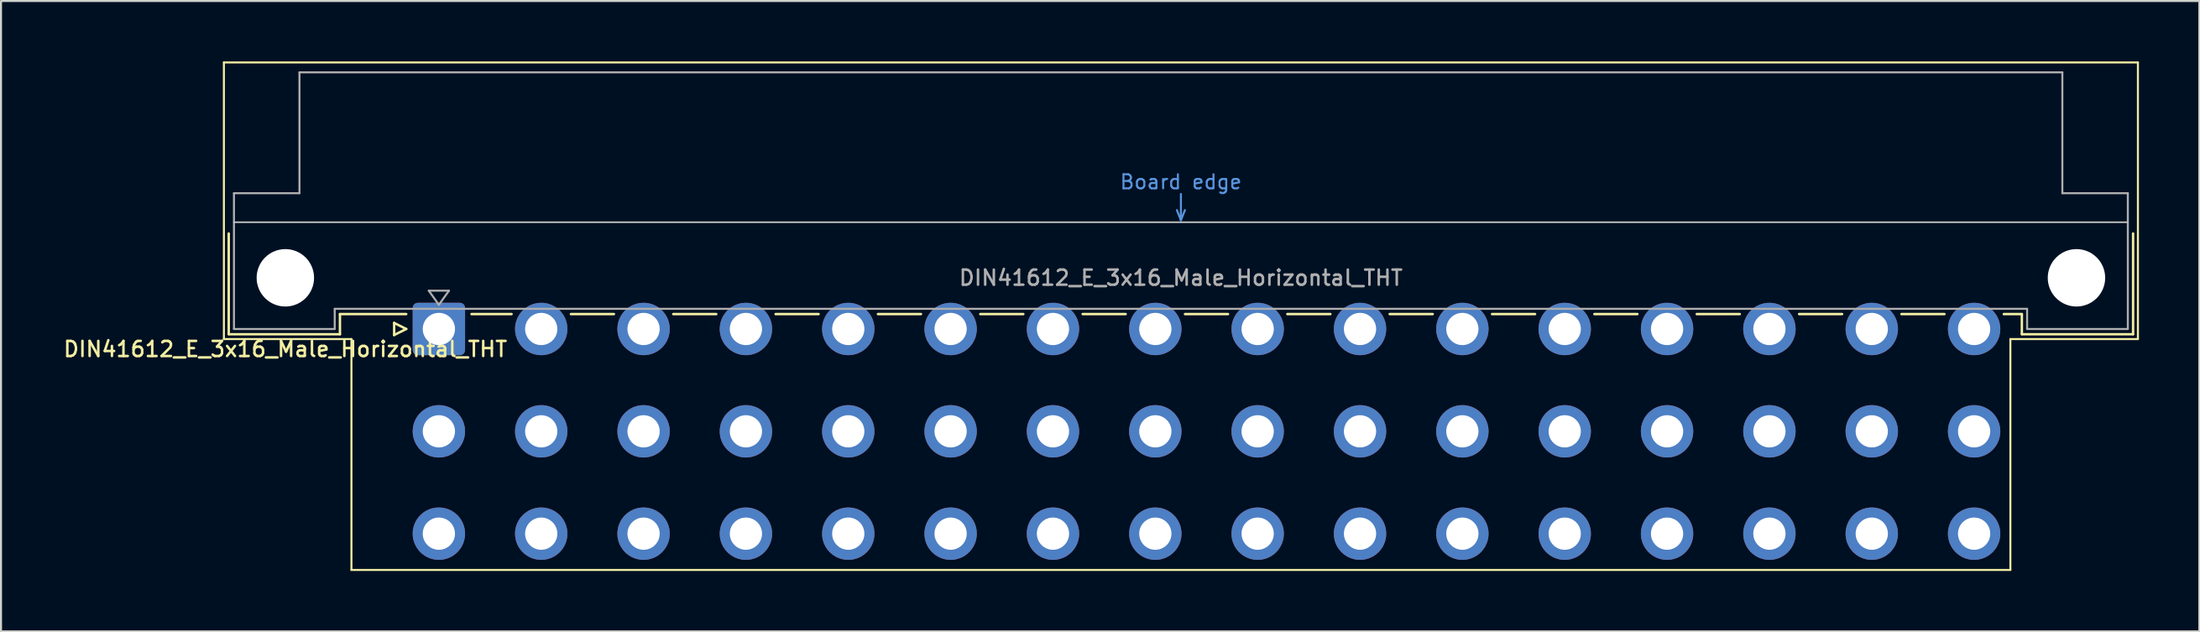
<source format=kicad_pcb>
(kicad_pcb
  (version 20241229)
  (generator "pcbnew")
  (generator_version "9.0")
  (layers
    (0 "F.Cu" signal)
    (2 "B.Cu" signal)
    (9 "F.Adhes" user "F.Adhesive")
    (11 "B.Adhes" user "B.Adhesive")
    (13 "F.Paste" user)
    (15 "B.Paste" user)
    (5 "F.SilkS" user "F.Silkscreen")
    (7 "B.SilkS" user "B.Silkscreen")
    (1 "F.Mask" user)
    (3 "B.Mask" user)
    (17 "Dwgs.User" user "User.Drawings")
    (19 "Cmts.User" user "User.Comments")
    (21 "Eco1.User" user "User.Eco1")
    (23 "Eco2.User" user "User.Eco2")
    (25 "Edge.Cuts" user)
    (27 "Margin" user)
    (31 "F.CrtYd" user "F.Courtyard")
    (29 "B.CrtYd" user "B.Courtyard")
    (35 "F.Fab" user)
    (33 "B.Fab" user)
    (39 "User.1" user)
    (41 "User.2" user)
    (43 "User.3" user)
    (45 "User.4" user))
  (footprint "DIN41612_E_3x16_Male_Horizontal_THT"
    (layer "F.Cu")
    (at 16.193 13.28)
    (property "Reference" "DIN41612_E_3x16_Male_Horizontal_THT" (at -5.08 1 0) (layer "F.SilkS") (effects (font (size 0.75 0.75) (thickness 0.125))))
    (attr through_hole)
    (fp_line (start -8.13 -13.23) (end -8.13 0.5) (stroke (width 0.1) (type solid)) (layer "F.SilkS"))
    (fp_line (start -8.13 0.5) (end -1.8 0.5) (stroke (width 0.1) (type solid)) (layer "F.SilkS"))
    (fp_line (start -7.89 -4.74) (end -7.89 0.26) (stroke (width 0.12) (type solid)) (layer "F.SilkS"))
    (fp_line (start -7.89 0.26) (end -2.37 0.26) (stroke (width 0.12) (type solid)) (layer "F.SilkS"))
    (fp_line (start -2.371 -0.74) (end 0.92 -0.74) (stroke (width 0.12) (type solid)) (layer "F.SilkS"))
    (fp_line (start -2.37 0.26) (end -2.37 -0.74) (stroke (width 0.12) (type solid)) (layer "F.SilkS"))
    (fp_line (start -1.8 0.5) (end -1.8 11.96) (stroke (width 0.1) (type solid)) (layer "F.SilkS"))
    (fp_line (start -1.8 11.96) (end 80.54 11.96) (stroke (width 0.1) (type solid)) (layer "F.SilkS"))
    (fp_line (start 0.32 -0.3) (end 0.32 0.3) (stroke (width 0.12) (type solid)) (layer "F.SilkS"))
    (fp_line (start 0.32 0.3) (end 0.92 0) (stroke (width 0.12) (type solid)) (layer "F.SilkS"))
    (fp_line (start 0.92 0) (end 0.32 -0.3) (stroke (width 0.12) (type solid)) (layer "F.SilkS"))
    (fp_line (start 4.16 -0.74) (end 6.149 -0.74) (stroke (width 0.12) (type solid)) (layer "F.SilkS"))
    (fp_line (start 9.092 -0.74) (end 11.229 -0.74) (stroke (width 0.12) (type solid)) (layer "F.SilkS"))
    (fp_line (start 14.172 -0.74) (end 16.309 -0.74) (stroke (width 0.12) (type solid)) (layer "F.SilkS"))
    (fp_line (start 19.252 -0.74) (end 21.389 -0.74) (stroke (width 0.12) (type solid)) (layer "F.SilkS"))
    (fp_line (start 24.332 -0.74) (end 26.469 -0.74) (stroke (width 0.12) (type solid)) (layer "F.SilkS"))
    (fp_line (start 29.412 -0.74) (end 31.549 -0.74) (stroke (width 0.12) (type solid)) (layer "F.SilkS"))
    (fp_line (start 34.492 -0.74) (end 36.629 -0.74) (stroke (width 0.12) (type solid)) (layer "F.SilkS"))
    (fp_line (start 39.572 -0.74) (end 41.709 -0.74) (stroke (width 0.12) (type solid)) (layer "F.SilkS"))
    (fp_line (start 44.652 -0.74) (end 46.789 -0.74) (stroke (width 0.12) (type solid)) (layer "F.SilkS"))
    (fp_line (start 49.732 -0.74) (end 51.869 -0.74) (stroke (width 0.12) (type solid)) (layer "F.SilkS"))
    (fp_line (start 54.812 -0.74) (end 56.949 -0.74) (stroke (width 0.12) (type solid)) (layer "F.SilkS"))
    (fp_line (start 59.892 -0.74) (end 62.029 -0.74) (stroke (width 0.12) (type solid)) (layer "F.SilkS"))
    (fp_line (start 64.972 -0.74) (end 67.109 -0.74) (stroke (width 0.12) (type solid)) (layer "F.SilkS"))
    (fp_line (start 70.052 -0.74) (end 72.189 -0.74) (stroke (width 0.12) (type solid)) (layer "F.SilkS"))
    (fp_line (start 75.132 -0.74) (end 77.269 -0.74) (stroke (width 0.12) (type solid)) (layer "F.SilkS"))
    (fp_line (start 80.212 -0.74) (end 81.11 -0.74) (stroke (width 0.12) (type solid)) (layer "F.SilkS"))
    (fp_line (start 80.54 0.5) (end 86.87 0.5) (stroke (width 0.1) (type solid)) (layer "F.SilkS"))
    (fp_line (start 80.54 11.96) (end 80.54 0.5) (stroke (width 0.1) (type solid)) (layer "F.SilkS"))
    (fp_line (start 81.11 0.26) (end 81.11 -0.74) (stroke (width 0.12) (type solid)) (layer "F.SilkS"))
    (fp_line (start 86.63 -4.74) (end 86.63 0.26) (stroke (width 0.12) (type solid)) (layer "F.SilkS"))
    (fp_line (start 86.63 0.26) (end 81.11 0.26) (stroke (width 0.12) (type solid)) (layer "F.SilkS"))
    (fp_line (start 86.87 -13.23) (end -8.13 -13.23) (stroke (width 0.1) (type solid)) (layer "F.SilkS"))
    (fp_line (start 86.87 0.5) (end 86.87 -13.23) (stroke (width 0.1) (type solid)) (layer "F.SilkS"))
    (fp_line (start -7.63 -5.3) (end 86.37 -5.3) (stroke (width 0.08) (type solid)) (layer "Dwgs.User"))
    (fp_line (start 39.17 -5.9) (end 39.37 -5.4) (stroke (width 0.1) (type solid)) (layer "Cmts.User"))
    (fp_line (start 39.37 -5.4) (end 39.37 -6.7) (stroke (width 0.1) (type solid)) (layer "Cmts.User"))
    (fp_line (start 39.37 -5.4) (end 39.57 -5.9) (stroke (width 0.1) (type solid)) (layer "Cmts.User"))
    (fp_line (start -7.63 -6.74) (end -7.63 0) (stroke (width 0.1) (type solid)) (layer "F.Fab"))
    (fp_line (start -7.63 0) (end -2.63 0) (stroke (width 0.1) (type solid)) (layer "F.Fab"))
    (fp_line (start -4.38 -12.74) (end -4.38 -6.74) (stroke (width 0.1) (type solid)) (layer "F.Fab"))
    (fp_line (start -4.38 -6.74) (end -7.63 -6.74) (stroke (width 0.1) (type solid)) (layer "F.Fab"))
    (fp_line (start -2.63 -1) (end 81.37 -1) (stroke (width 0.1) (type solid)) (layer "F.Fab"))
    (fp_line (start -2.63 0) (end -2.63 -1) (stroke (width 0.1) (type solid)) (layer "F.Fab"))
    (fp_line (start 2.04 -1.9) (end 3.04 -1.9) (stroke (width 0.1) (type solid)) (layer "F.Fab"))
    (fp_line (start 2.54 -1.2) (end 2.04 -1.9) (stroke (width 0.1) (type solid)) (layer "F.Fab"))
    (fp_line (start 3.04 -1.9) (end 2.54 -1.2) (stroke (width 0.1) (type solid)) (layer "F.Fab"))
    (fp_line (start 81.37 -1) (end 81.37 0) (stroke (width 0.1) (type solid)) (layer "F.Fab"))
    (fp_line (start 81.37 0) (end 86.37 0) (stroke (width 0.1) (type solid)) (layer "F.Fab"))
    (fp_line (start 83.12 -12.74) (end -4.38 -12.74) (stroke (width 0.1) (type solid)) (layer "F.Fab"))
    (fp_line (start 83.12 -6.74) (end 83.12 -12.74) (stroke (width 0.1) (type solid)) (layer "F.Fab"))
    (fp_line (start 86.37 -6.74) (end 83.12 -6.74) (stroke (width 0.1) (type solid)) (layer "F.Fab"))
    (fp_line (start 86.37 0) (end 86.37 -6.74) (stroke (width 0.1) (type solid)) (layer "F.Fab"))
    (fp_text user "Board edge" (at 39.37 -7.3 0) (layer "Cmts.User") (effects (font (size 0.7 0.7) (thickness 0.1))))
    (fp_text user "${REFERENCE}" (at 39.37 -2.54 0) (layer "F.Fab") (effects (font (size 0.75 0.75) (thickness 0.125))))
    (pad "" np_thru_hole circle (at -5.08 -2.54) (size 2.85 2.85) (drill 2.85) (layers "*.Cu" "*.Mask"))
    (pad "" np_thru_hole circle (at 83.82 -2.54) (size 2.85 2.85) (drill 2.85) (layers "*.Cu" "*.Mask"))
    (pad "a2" thru_hole roundrect (at 2.54 0) (size 2.6 2.6) (drill 1.6) (layers "*.Cu" "*.Mask") (roundrect_rratio 0.096))
    (pad "a4" thru_hole circle (at 7.62 0) (size 2.6 2.6) (drill 1.6) (layers "*.Cu" "*.Mask"))
    (pad "a6" thru_hole circle (at 12.7 0) (size 2.6 2.6) (drill 1.6) (layers "*.Cu" "*.Mask"))
    (pad "a8" thru_hole circle (at 17.78 0) (size 2.6 2.6) (drill 1.6) (layers "*.Cu" "*.Mask"))
    (pad "a10" thru_hole circle (at 22.86 0) (size 2.6 2.6) (drill 1.6) (layers "*.Cu" "*.Mask"))
    (pad "a12" thru_hole circle (at 27.94 0) (size 2.6 2.6) (drill 1.6) (layers "*.Cu" "*.Mask"))
    (pad "a14" thru_hole circle (at 33.02 0) (size 2.6 2.6) (drill 1.6) (layers "*.Cu" "*.Mask"))
    (pad "a16" thru_hole circle (at 38.1 0) (size 2.6 2.6) (drill 1.6) (layers "*.Cu" "*.Mask"))
    (pad "a18" thru_hole circle (at 43.18 0) (size 2.6 2.6) (drill 1.6) (layers "*.Cu" "*.Mask"))
    (pad "a20" thru_hole circle (at 48.26 0) (size 2.6 2.6) (drill 1.6) (layers "*.Cu" "*.Mask"))
    (pad "a22" thru_hole circle (at 53.34 0) (size 2.6 2.6) (drill 1.6) (layers "*.Cu" "*.Mask"))
    (pad "a24" thru_hole circle (at 58.42 0) (size 2.6 2.6) (drill 1.6) (layers "*.Cu" "*.Mask"))
    (pad "a26" thru_hole circle (at 63.5 0) (size 2.6 2.6) (drill 1.6) (layers "*.Cu" "*.Mask"))
    (pad "a28" thru_hole circle (at 68.58 0) (size 2.6 2.6) (drill 1.6) (layers "*.Cu" "*.Mask"))
    (pad "a30" thru_hole circle (at 73.66 0) (size 2.6 2.6) (drill 1.6) (layers "*.Cu" "*.Mask"))
    (pad "a32" thru_hole circle (at 78.74 0) (size 2.6 2.6) (drill 1.6) (layers "*.Cu" "*.Mask"))
    (pad "c2" thru_hole circle (at 2.54 5.08) (size 2.6 2.6) (drill 1.6) (layers "*.Cu" "*.Mask"))
    (pad "c4" thru_hole circle (at 7.62 5.08) (size 2.6 2.6) (drill 1.6) (layers "*.Cu" "*.Mask"))
    (pad "c6" thru_hole circle (at 12.7 5.08) (size 2.6 2.6) (drill 1.6) (layers "*.Cu" "*.Mask"))
    (pad "c8" thru_hole circle (at 17.78 5.08) (size 2.6 2.6) (drill 1.6) (layers "*.Cu" "*.Mask"))
    (pad "c10" thru_hole circle (at 22.86 5.08) (size 2.6 2.6) (drill 1.6) (layers "*.Cu" "*.Mask"))
    (pad "c12" thru_hole circle (at 27.94 5.08) (size 2.6 2.6) (drill 1.6) (layers "*.Cu" "*.Mask"))
    (pad "c14" thru_hole circle (at 33.02 5.08) (size 2.6 2.6) (drill 1.6) (layers "*.Cu" "*.Mask"))
    (pad "c16" thru_hole circle (at 38.1 5.08) (size 2.6 2.6) (drill 1.6) (layers "*.Cu" "*.Mask"))
    (pad "c18" thru_hole circle (at 43.18 5.08) (size 2.6 2.6) (drill 1.6) (layers "*.Cu" "*.Mask"))
    (pad "c20" thru_hole circle (at 48.26 5.08) (size 2.6 2.6) (drill 1.6) (layers "*.Cu" "*.Mask"))
    (pad "c22" thru_hole circle (at 53.34 5.08) (size 2.6 2.6) (drill 1.6) (layers "*.Cu" "*.Mask"))
    (pad "c24" thru_hole circle (at 58.42 5.08) (size 2.6 2.6) (drill 1.6) (layers "*.Cu" "*.Mask"))
    (pad "c26" thru_hole circle (at 63.5 5.08) (size 2.6 2.6) (drill 1.6) (layers "*.Cu" "*.Mask"))
    (pad "c28" thru_hole circle (at 68.58 5.08) (size 2.6 2.6) (drill 1.6) (layers "*.Cu" "*.Mask"))
    (pad "c30" thru_hole circle (at 73.66 5.08) (size 2.6 2.6) (drill 1.6) (layers "*.Cu" "*.Mask"))
    (pad "c32" thru_hole circle (at 78.74 5.08) (size 2.6 2.6) (drill 1.6) (layers "*.Cu" "*.Mask"))
    (pad "e2" thru_hole circle (at 2.54 10.16) (size 2.6 2.6) (drill 1.6) (layers "*.Cu" "*.Mask"))
    (pad "e4" thru_hole circle (at 7.62 10.16) (size 2.6 2.6) (drill 1.6) (layers "*.Cu" "*.Mask"))
    (pad "e6" thru_hole circle (at 12.7 10.16) (size 2.6 2.6) (drill 1.6) (layers "*.Cu" "*.Mask"))
    (pad "e8" thru_hole circle (at 17.78 10.16) (size 2.6 2.6) (drill 1.6) (layers "*.Cu" "*.Mask"))
    (pad "e10" thru_hole circle (at 22.86 10.16) (size 2.6 2.6) (drill 1.6) (layers "*.Cu" "*.Mask"))
    (pad "e12" thru_hole circle (at 27.94 10.16) (size 2.6 2.6) (drill 1.6) (layers "*.Cu" "*.Mask"))
    (pad "e14" thru_hole circle (at 33.02 10.16) (size 2.6 2.6) (drill 1.6) (layers "*.Cu" "*.Mask"))
    (pad "e16" thru_hole circle (at 38.1 10.16) (size 2.6 2.6) (drill 1.6) (layers "*.Cu" "*.Mask"))
    (pad "e18" thru_hole circle (at 43.18 10.16) (size 2.6 2.6) (drill 1.6) (layers "*.Cu" "*.Mask"))
    (pad "e20" thru_hole circle (at 48.26 10.16) (size 2.6 2.6) (drill 1.6) (layers "*.Cu" "*.Mask"))
    (pad "e22" thru_hole circle (at 53.34 10.16) (size 2.6 2.6) (drill 1.6) (layers "*.Cu" "*.Mask"))
    (pad "e24" thru_hole circle (at 58.42 10.16) (size 2.6 2.6) (drill 1.6) (layers "*.Cu" "*.Mask"))
    (pad "e26" thru_hole circle (at 63.5 10.16) (size 2.6 2.6) (drill 1.6) (layers "*.Cu" "*.Mask"))
    (pad "e28" thru_hole circle (at 68.58 10.16) (size 2.6 2.6) (drill 1.6) (layers "*.Cu" "*.Mask"))
    (pad "e30" thru_hole circle (at 73.66 10.16) (size 2.6 2.6) (drill 1.6) (layers "*.Cu" "*.Mask"))
    (pad "e32" thru_hole circle (at 78.74 10.16) (size 2.6 2.6) (drill 1.6) (layers "*.Cu" "*.Mask")))
  (gr_rect
    (start -3 -3)
    (end 106.113 28.29)
    (stroke (width 0.1) (type default))
    (fill no)
    (layer "Edge.Cuts")))
</source>
